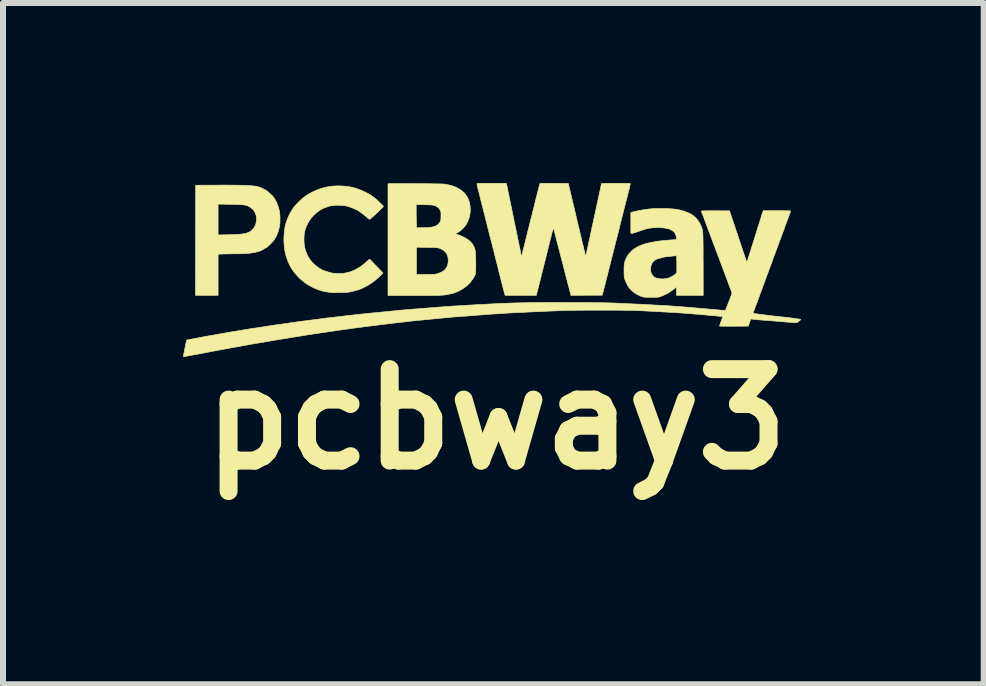
<source format=kicad_pcb>
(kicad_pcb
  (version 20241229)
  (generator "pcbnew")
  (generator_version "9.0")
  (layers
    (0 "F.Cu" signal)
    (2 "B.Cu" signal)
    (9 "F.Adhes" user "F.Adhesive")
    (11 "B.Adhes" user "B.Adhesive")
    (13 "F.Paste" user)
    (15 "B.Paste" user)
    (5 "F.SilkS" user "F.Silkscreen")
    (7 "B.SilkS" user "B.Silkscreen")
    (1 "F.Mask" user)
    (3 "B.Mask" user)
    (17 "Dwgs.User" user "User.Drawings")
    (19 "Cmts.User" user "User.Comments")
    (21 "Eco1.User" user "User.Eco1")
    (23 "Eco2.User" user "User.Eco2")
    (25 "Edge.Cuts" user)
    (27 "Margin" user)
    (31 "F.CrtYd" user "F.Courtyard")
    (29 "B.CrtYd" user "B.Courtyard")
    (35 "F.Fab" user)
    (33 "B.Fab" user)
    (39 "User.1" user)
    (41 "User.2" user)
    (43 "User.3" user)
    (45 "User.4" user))
  (footprint "pcbway3"
    (layer "F.Cu")
    (at 5.153 1.457)
    (property "Reference" "pcbway3" (at 0.07 2.48 0) (layer "F.SilkS") (effects (font (size 1.524 1.524) (thickness 0.3))))
    (attr through_hole)
    (fp_poly (pts (xy -4.43 -1.422) (xy -4.352 -1.421) (xy -4.282 -1.421) (xy -4.219 -1.42) (xy -4.162 -1.418) (xy -4.111 -1.417) (xy -4.066 -1.414) (xy -4.027 -1.412) (xy -3.992 -1.409) (xy -3.962 -1.406) (xy -3.936 -1.402) (xy -3.913 -1.398) (xy -3.894 -1.393) (xy -3.882 -1.389) (xy -3.861 -1.381) (xy -3.836 -1.37) (xy -3.809 -1.357) (xy -3.784 -1.344) (xy -3.774 -1.339) (xy -3.766 -1.333) (xy -3.753 -1.323) (xy -3.737 -1.31) (xy -3.72 -1.296) (xy -3.703 -1.28) (xy -3.686 -1.266) (xy -3.672 -1.252) (xy -3.661 -1.241) (xy -3.654 -1.234) (xy -3.653 -1.232) (xy -3.651 -1.227) (xy -3.644 -1.218) (xy -3.636 -1.208) (xy -3.62 -1.185) (xy -3.603 -1.154) (xy -3.587 -1.119) (xy -3.572 -1.079) (xy -3.559 -1.038) (xy -3.548 -0.997) (xy -3.548 -0.993) (xy -3.542 -0.96) (xy -3.538 -0.921) (xy -3.536 -0.88) (xy -3.536 -0.839) (xy -3.537 -0.801) (xy -3.539 -0.779) (xy -3.551 -0.707) (xy -3.569 -0.64) (xy -3.594 -0.577) (xy -3.626 -0.521) (xy -3.636 -0.506) (xy -3.646 -0.494) (xy -3.659 -0.479) (xy -3.675 -0.462) (xy -3.693 -0.443) (xy -3.711 -0.425) (xy -3.728 -0.409) (xy -3.742 -0.396) (xy -3.753 -0.388) (xy -3.757 -0.385) (xy -3.767 -0.379) (xy -3.781 -0.371) (xy -3.795 -0.362) (xy -3.821 -0.347) (xy -3.848 -0.333) (xy -3.877 -0.321) (xy -3.909 -0.312) (xy -3.946 -0.303) (xy -3.989 -0.295) (xy -4.034 -0.288) (xy -4.05 -0.285) (xy -4.066 -0.284) (xy -4.084 -0.282) (xy -4.104 -0.281) (xy -4.128 -0.28) (xy -4.156 -0.279) (xy -4.19 -0.278) (xy -4.23 -0.278) (xy -4.278 -0.277) (xy -4.282 -0.277) (xy -4.323 -0.277) (xy -4.364 -0.276) (xy -4.402 -0.275) (xy -4.438 -0.275) (xy -4.469 -0.274) (xy -4.494 -0.273) (xy -4.513 -0.273) (xy -4.52 -0.273) (xy -4.568 -0.27) (xy -4.568 0.415) (xy -4.945 0.415) (xy -4.943 -0.503) (xy -4.943 -0.591) (xy -4.568 -0.591) (xy -4.419 -0.594) (xy -4.381 -0.595) (xy -4.344 -0.596) (xy -4.309 -0.597) (xy -4.277 -0.598) (xy -4.249 -0.6) (xy -4.228 -0.601) (xy -4.219 -0.601) (xy -4.172 -0.606) (xy -4.132 -0.612) (xy -4.098 -0.62) (xy -4.07 -0.63) (xy -4.044 -0.642) (xy -4.021 -0.658) (xy -4.003 -0.674) (xy -3.989 -0.688) (xy -3.976 -0.702) (xy -3.968 -0.714) (xy -3.966 -0.717) (xy -3.959 -0.729) (xy -3.954 -0.739) (xy -3.952 -0.741) (xy -3.945 -0.754) (xy -3.939 -0.774) (xy -3.934 -0.799) (xy -3.93 -0.826) (xy -3.929 -0.853) (xy -3.929 -0.88) (xy -3.932 -0.904) (xy -3.933 -0.91) (xy -3.937 -0.924) (xy -3.944 -0.943) (xy -3.953 -0.963) (xy -3.957 -0.97) (xy -3.966 -0.988) (xy -3.975 -1.001) (xy -3.984 -1.012) (xy -3.997 -1.024) (xy -4.012 -1.037) (xy -4.028 -1.049) (xy -4.043 -1.06) (xy -4.058 -1.069) (xy -4.074 -1.076) (xy -4.092 -1.082) (xy -4.112 -1.087) (xy -4.136 -1.091) (xy -4.164 -1.094) (xy -4.197 -1.096) (xy -4.236 -1.098) (xy -4.281 -1.099) (xy -4.335 -1.101) (xy -4.335 -1.101) (xy -4.373 -1.102) (xy -4.41 -1.102) (xy -4.445 -1.103) (xy -4.475 -1.104) (xy -4.501 -1.104) (xy -4.521 -1.105) (xy -4.534 -1.105) (xy -4.535 -1.105) (xy -4.568 -1.105) (xy -4.568 -0.591) (xy -4.943 -0.591) (xy -4.942 -1.42) (xy -4.608 -1.421) (xy -4.515 -1.422) (xy -4.43 -1.422)) (stroke (width 0.01) (type solid)) (fill yes) (layer "F.SilkS"))
    (fp_poly (pts (xy -1.532 -1.448) (xy -1.485 -1.448) (xy -1.435 -1.447) (xy -1.383 -1.447) (xy -1.329 -1.447) (xy -1.274 -1.446) (xy -1.22 -1.446) (xy -1.166 -1.446) (xy -1.113 -1.445) (xy -1.062 -1.445) (xy -1.014 -1.444) (xy -0.969 -1.443) (xy -0.928 -1.443) (xy -0.892 -1.442) (xy -0.862 -1.442) (xy -0.837 -1.441) (xy -0.82 -1.44) (xy -0.809 -1.44) (xy -0.809 -1.44) (xy -0.735 -1.428) (xy -0.669 -1.411) (xy -0.609 -1.389) (xy -0.556 -1.362) (xy -0.508 -1.33) (xy -0.467 -1.292) (xy -0.459 -1.283) (xy -0.426 -1.24) (xy -0.4 -1.193) (xy -0.381 -1.141) (xy -0.369 -1.085) (xy -0.365 -1.025) (xy -0.365 -0.991) (xy -0.369 -0.947) (xy -0.375 -0.908) (xy -0.385 -0.871) (xy -0.4 -0.832) (xy -0.405 -0.82) (xy -0.426 -0.777) (xy -0.451 -0.74) (xy -0.482 -0.705) (xy -0.49 -0.697) (xy -0.51 -0.678) (xy -0.527 -0.663) (xy -0.544 -0.651) (xy -0.563 -0.639) (xy -0.579 -0.63) (xy -0.593 -0.622) (xy -0.604 -0.615) (xy -0.609 -0.61) (xy -0.61 -0.61) (xy -0.606 -0.607) (xy -0.596 -0.603) (xy -0.585 -0.599) (xy -0.545 -0.586) (xy -0.504 -0.569) (xy -0.465 -0.55) (xy -0.428 -0.529) (xy -0.396 -0.507) (xy -0.37 -0.486) (xy -0.356 -0.472) (xy -0.346 -0.459) (xy -0.335 -0.448) (xy -0.332 -0.444) (xy -0.326 -0.436) (xy -0.318 -0.422) (xy -0.309 -0.405) (xy -0.305 -0.397) (xy -0.297 -0.38) (xy -0.291 -0.363) (xy -0.286 -0.344) (xy -0.282 -0.323) (xy -0.279 -0.299) (xy -0.277 -0.271) (xy -0.275 -0.238) (xy -0.274 -0.199) (xy -0.273 -0.153) (xy -0.273 -0.11) (xy -0.273 -0.067) (xy -0.273 -0.03) (xy -0.274 -0.000441) (xy -0.276 0.024) (xy -0.278 0.045) (xy -0.281 0.062) (xy -0.286 0.078) (xy -0.292 0.093) (xy -0.301 0.108) (xy -0.311 0.125) (xy -0.323 0.144) (xy -0.326 0.147) (xy -0.365 0.2) (xy -0.411 0.247) (xy -0.463 0.288) (xy -0.522 0.325) (xy -0.534 0.331) (xy -0.569 0.349) (xy -0.601 0.363) (xy -0.631 0.375) (xy -0.664 0.384) (xy -0.702 0.393) (xy -0.703 0.393) (xy -0.722 0.397) (xy -0.74 0.401) (xy -0.758 0.404) (xy -0.775 0.407) (xy -0.793 0.409) (xy -0.812 0.411) (xy -0.832 0.413) (xy -0.855 0.414) (xy -0.881 0.416) (xy -0.91 0.417) (xy -0.943 0.417) (xy -0.981 0.418) (xy -1.023 0.418) (xy -1.072 0.419) (xy -1.127 0.419) (xy -1.188 0.419) (xy -1.257 0.419) (xy -1.312 0.419) (xy -1.736 0.419) (xy -1.736 0.068) (xy -1.262 0.068) (xy -1.119 0.068) (xy -1.072 0.067) (xy -1.033 0.067) (xy -1.002 0.066) (xy -0.977 0.065) (xy -0.958 0.064) (xy -0.944 0.062) (xy -0.91 0.054) (xy -0.876 0.042) (xy -0.844 0.027) (xy -0.816 0.011) (xy -0.793 -0.006) (xy -0.782 -0.018) (xy -0.761 -0.048) (xy -0.746 -0.078) (xy -0.737 -0.111) (xy -0.733 -0.148) (xy -0.732 -0.165) (xy -0.735 -0.209) (xy -0.744 -0.248) (xy -0.76 -0.281) (xy -0.782 -0.31) (xy -0.811 -0.334) (xy -0.841 -0.352) (xy -0.854 -0.359) (xy -0.865 -0.364) (xy -0.876 -0.369) (xy -0.888 -0.372) (xy -0.901 -0.375) (xy -0.917 -0.378) (xy -0.936 -0.379) (xy -0.959 -0.381) (xy -0.987 -0.382) (xy -1.022 -0.382) (xy -1.063 -0.383) (xy -1.088 -0.384) (xy -1.262 -0.387) (xy -1.262 0.068) (xy -1.736 0.068) (xy -1.736 -0.975) (xy -1.266 -0.975) (xy -1.266 -0.939) (xy -1.265 -0.902) (xy -1.265 -0.865) (xy -1.264 -0.831) (xy -1.264 -0.801) (xy -1.263 -0.782) (xy -1.26 -0.711) (xy -1.192 -0.711) (xy -1.162 -0.712) (xy -1.13 -0.713) (xy -1.097 -0.714) (xy -1.069 -0.715) (xy -1.065 -0.715) (xy -1.024 -0.719) (xy -0.99 -0.725) (xy -0.961 -0.733) (xy -0.935 -0.745) (xy -0.912 -0.759) (xy -0.893 -0.776) (xy -0.878 -0.793) (xy -0.866 -0.814) (xy -0.865 -0.817) (xy -0.86 -0.826) (xy -0.857 -0.835) (xy -0.855 -0.844) (xy -0.854 -0.856) (xy -0.854 -0.872) (xy -0.853 -0.894) (xy -0.853 -0.908) (xy -0.853 -0.934) (xy -0.853 -0.952) (xy -0.854 -0.966) (xy -0.856 -0.976) (xy -0.858 -0.984) (xy -0.862 -0.993) (xy -0.866 -1.001) (xy -0.884 -1.031) (xy -0.909 -1.054) (xy -0.934 -1.07) (xy -0.947 -1.076) (xy -0.959 -1.081) (xy -0.972 -1.085) (xy -0.987 -1.088) (xy -1.005 -1.09) (xy -1.027 -1.092) (xy -1.054 -1.093) (xy -1.088 -1.094) (xy -1.128 -1.095) (xy -1.136 -1.095) (xy -1.266 -1.098) (xy -1.266 -0.975) (xy -1.736 -0.975) (xy -1.736 -1.443) (xy -1.721 -1.446) (xy -1.713 -1.447) (xy -1.698 -1.447) (xy -1.676 -1.447) (xy -1.648 -1.447) (xy -1.614 -1.448) (xy -1.575 -1.448) (xy -1.532 -1.448)) (stroke (width 0.01) (type solid)) (fill yes) (layer "F.SilkS"))
    (fp_poly (pts (xy 2.826 -1.032) (xy 2.85 -1.032) (xy 2.909 -1.03) (xy 2.961 -1.028) (xy 3.006 -1.025) (xy 3.047 -1.021) (xy 3.083 -1.015) (xy 3.117 -1.009) (xy 3.145 -1.003) (xy 3.173 -0.995) (xy 3.204 -0.985) (xy 3.235 -0.974) (xy 3.265 -0.962) (xy 3.291 -0.951) (xy 3.311 -0.941) (xy 3.316 -0.938) (xy 3.364 -0.904) (xy 3.406 -0.863) (xy 3.442 -0.817) (xy 3.471 -0.767) (xy 3.492 -0.715) (xy 3.495 -0.705) (xy 3.498 -0.696) (xy 3.501 -0.688) (xy 3.503 -0.679) (xy 3.505 -0.67) (xy 3.507 -0.659) (xy 3.509 -0.647) (xy 3.51 -0.634) (xy 3.511 -0.617) (xy 3.512 -0.598) (xy 3.513 -0.575) (xy 3.514 -0.549) (xy 3.514 -0.518) (xy 3.515 -0.482) (xy 3.515 -0.441) (xy 3.516 -0.394) (xy 3.516 -0.34) (xy 3.516 -0.28) (xy 3.516 -0.212) (xy 3.517 -0.137) (xy 3.517 -0.105) (xy 3.518 0.415) (xy 3.073 0.415) (xy 3.073 0.376) (xy 3.072 0.354) (xy 3.071 0.331) (xy 3.07 0.312) (xy 3.07 0.308) (xy 3.067 0.28) (xy 3.031 0.309) (xy 2.985 0.344) (xy 2.941 0.373) (xy 2.896 0.397) (xy 2.848 0.419) (xy 2.81 0.433) (xy 2.771 0.447) (xy 2.654 0.448) (xy 2.62 0.448) (xy 2.592 0.448) (xy 2.571 0.448) (xy 2.554 0.447) (xy 2.541 0.446) (xy 2.531 0.445) (xy 2.521 0.443) (xy 2.511 0.441) (xy 2.503 0.438) (xy 2.456 0.421) (xy 2.408 0.397) (xy 2.379 0.379) (xy 2.363 0.367) (xy 2.343 0.351) (xy 2.323 0.331) (xy 2.303 0.312) (xy 2.286 0.293) (xy 2.278 0.283) (xy 2.269 0.27) (xy 2.259 0.251) (xy 2.247 0.229) (xy 2.235 0.204) (xy 2.224 0.181) (xy 2.215 0.159) (xy 2.211 0.148) (xy 2.208 0.136) (xy 2.205 0.125) (xy 2.202 0.114) (xy 2.201 0.101) (xy 2.2 0.086) (xy 2.199 0.065) (xy 2.198 0.039) (xy 2.198 0.018) (xy 2.198 -0.022) (xy 2.198 -0.024) (xy 2.641 -0.024) (xy 2.643 0.012) (xy 2.65 0.042) (xy 2.664 0.069) (xy 2.684 0.094) (xy 2.695 0.105) (xy 2.705 0.114) (xy 2.71 0.118) (xy 2.711 0.119) (xy 2.717 0.12) (xy 2.727 0.124) (xy 2.728 0.124) (xy 2.744 0.13) (xy 2.766 0.134) (xy 2.792 0.138) (xy 2.818 0.141) (xy 2.843 0.142) (xy 2.863 0.141) (xy 2.863 0.141) (xy 2.879 0.139) (xy 2.895 0.138) (xy 2.895 0.137) (xy 2.919 0.134) (xy 2.943 0.126) (xy 2.97 0.114) (xy 2.983 0.108) (xy 3.003 0.097) (xy 3.023 0.084) (xy 3.041 0.071) (xy 3.057 0.058) (xy 3.069 0.048) (xy 3.075 0.04) (xy 3.075 0.04) (xy 3.076 0.033) (xy 3.077 0.019) (xy 3.077 -0.000128) (xy 3.077 -0.024) (xy 3.078 -0.051) (xy 3.077 -0.08) (xy 3.077 -0.11) (xy 3.077 -0.139) (xy 3.076 -0.165) (xy 3.075 -0.189) (xy 3.075 -0.192) (xy 3.072 -0.246) (xy 3.044 -0.243) (xy 3.025 -0.241) (xy 3.002 -0.239) (xy 2.985 -0.236) (xy 2.966 -0.234) (xy 2.949 -0.232) (xy 2.936 -0.231) (xy 2.936 -0.231) (xy 2.92 -0.229) (xy 2.902 -0.227) (xy 2.883 -0.225) (xy 2.866 -0.222) (xy 2.853 -0.22) (xy 2.845 -0.218) (xy 2.845 -0.218) (xy 2.839 -0.216) (xy 2.827 -0.212) (xy 2.81 -0.207) (xy 2.792 -0.202) (xy 2.774 -0.197) (xy 2.761 -0.194) (xy 2.746 -0.189) (xy 2.73 -0.181) (xy 2.728 -0.18) (xy 2.718 -0.174) (xy 2.711 -0.171) (xy 2.709 -0.172) (xy 2.705 -0.171) (xy 2.705 -0.17) (xy 2.702 -0.164) (xy 2.695 -0.156) (xy 2.694 -0.156) (xy 2.672 -0.132) (xy 2.656 -0.103) (xy 2.646 -0.07) (xy 2.641 -0.031) (xy 2.641 -0.024) (xy 2.198 -0.024) (xy 2.198 -0.055) (xy 2.2 -0.083) (xy 2.203 -0.107) (xy 2.207 -0.129) (xy 2.213 -0.151) (xy 2.221 -0.173) (xy 2.224 -0.181) (xy 2.25 -0.233) (xy 2.283 -0.281) (xy 2.322 -0.323) (xy 2.357 -0.352) (xy 2.376 -0.365) (xy 2.401 -0.38) (xy 2.429 -0.395) (xy 2.457 -0.409) (xy 2.484 -0.421) (xy 2.501 -0.427) (xy 2.543 -0.441) (xy 2.593 -0.454) (xy 2.649 -0.467) (xy 2.71 -0.478) (xy 2.775 -0.488) (xy 2.843 -0.496) (xy 2.912 -0.503) (xy 2.98 -0.508) (xy 3.01 -0.51) (xy 3.034 -0.511) (xy 3.051 -0.513) (xy 3.062 -0.515) (xy 3.069 -0.518) (xy 3.072 -0.523) (xy 3.073 -0.529) (xy 3.073 -0.538) (xy 3.072 -0.546) (xy 3.068 -0.568) (xy 3.059 -0.593) (xy 3.048 -0.616) (xy 3.036 -0.636) (xy 3.028 -0.644) (xy 3.012 -0.657) (xy 2.992 -0.67) (xy 2.969 -0.682) (xy 2.949 -0.691) (xy 2.944 -0.692) (xy 2.911 -0.7) (xy 2.87 -0.707) (xy 2.826 -0.711) (xy 2.778 -0.713) (xy 2.731 -0.713) (xy 2.684 -0.711) (xy 2.64 -0.706) (xy 2.634 -0.706) (xy 2.616 -0.703) (xy 2.598 -0.699) (xy 2.579 -0.695) (xy 2.558 -0.689) (xy 2.535 -0.682) (xy 2.507 -0.673) (xy 2.474 -0.662) (xy 2.434 -0.648) (xy 2.416 -0.642) (xy 2.386 -0.632) (xy 2.361 -0.624) (xy 2.342 -0.62) (xy 2.33 -0.618) (xy 2.311 -0.618) (xy 2.311 -0.965) (xy 2.325 -0.969) (xy 2.339 -0.973) (xy 2.359 -0.978) (xy 2.385 -0.984) (xy 2.414 -0.99) (xy 2.444 -0.996) (xy 2.474 -1.002) (xy 2.503 -1.007) (xy 2.515 -1.009) (xy 2.568 -1.017) (xy 2.618 -1.024) (xy 2.667 -1.028) (xy 2.716 -1.031) (xy 2.769 -1.032) (xy 2.826 -1.032)) (stroke (width 0.01) (type solid)) (fill yes) (layer "F.SilkS"))
    (fp_poly (pts (xy -2.501 -1.407) (xy -2.479 -1.406) (xy -2.424 -1.4) (xy -2.373 -1.393) (xy -2.324 -1.383) (xy -2.276 -1.37) (xy -2.227 -1.353) (xy -2.177 -1.333) (xy -2.123 -1.308) (xy -2.064 -1.278) (xy -2.049 -1.27) (xy -2.028 -1.258) (xy -2.004 -1.241) (xy -1.977 -1.222) (xy -1.949 -1.2) (xy -1.929 -1.183) (xy -1.914 -1.17) (xy -1.897 -1.154) (xy -1.879 -1.136) (xy -1.861 -1.118) (xy -1.844 -1.102) (xy -1.83 -1.087) (xy -1.82 -1.075) (xy -1.814 -1.067) (xy -1.813 -1.065) (xy -1.815 -1.061) (xy -1.824 -1.052) (xy -1.836 -1.039) (xy -1.853 -1.023) (xy -1.872 -1.004) (xy -1.894 -0.983) (xy -1.917 -0.962) (xy -1.94 -0.94) (xy -1.962 -0.919) (xy -1.984 -0.9) (xy -2.003 -0.883) (xy -2.019 -0.869) (xy -2.032 -0.858) (xy -2.039 -0.853) (xy -2.041 -0.852) (xy -2.05 -0.854) (xy -2.063 -0.863) (xy -2.074 -0.873) (xy -2.109 -0.904) (xy -2.145 -0.933) (xy -2.181 -0.96) (xy -2.215 -0.984) (xy -2.246 -1.003) (xy -2.261 -1.011) (xy -2.288 -1.023) (xy -2.319 -1.037) (xy -2.351 -1.049) (xy -2.381 -1.06) (xy -2.408 -1.068) (xy -2.413 -1.07) (xy -2.453 -1.078) (xy -2.499 -1.083) (xy -2.548 -1.086) (xy -2.597 -1.086) (xy -2.644 -1.083) (xy -2.685 -1.077) (xy -2.715 -1.07) (xy -2.749 -1.059) (xy -2.783 -1.047) (xy -2.816 -1.033) (xy -2.845 -1.019) (xy -2.864 -1.008) (xy -2.924 -0.965) (xy -2.976 -0.917) (xy -3.022 -0.865) (xy -3.06 -0.809) (xy -3.09 -0.75) (xy -3.098 -0.732) (xy -3.11 -0.7) (xy -3.119 -0.672) (xy -3.126 -0.647) (xy -3.131 -0.622) (xy -3.133 -0.594) (xy -3.135 -0.562) (xy -3.136 -0.545) (xy -3.136 -0.489) (xy -3.133 -0.439) (xy -3.127 -0.394) (xy -3.117 -0.352) (xy -3.104 -0.312) (xy -3.095 -0.29) (xy -3.088 -0.276) (xy -3.084 -0.264) (xy -3.082 -0.258) (xy -3.082 -0.258) (xy -3.08 -0.252) (xy -3.074 -0.241) (xy -3.065 -0.226) (xy -3.054 -0.208) (xy -3.043 -0.191) (xy -3.032 -0.174) (xy -3.025 -0.165) (xy -3 -0.135) (xy -2.969 -0.105) (xy -2.933 -0.074) (xy -2.895 -0.046) (xy -2.856 -0.021) (xy -2.833 -0.009) (xy -2.816 -0.002) (xy -2.793 0.007) (xy -2.766 0.016) (xy -2.737 0.025) (xy -2.709 0.034) (xy -2.683 0.04) (xy -2.67 0.043) (xy -2.643 0.047) (xy -2.61 0.049) (xy -2.575 0.051) (xy -2.538 0.051) (xy -2.503 0.05) (xy -2.472 0.048) (xy -2.463 0.046) (xy -2.401 0.034) (xy -2.339 0.014) (xy -2.279 -0.013) (xy -2.231 -0.04) (xy -2.217 -0.049) (xy -2.206 -0.056) (xy -2.2 -0.059) (xy -2.199 -0.059) (xy -2.194 -0.062) (xy -2.185 -0.069) (xy -2.171 -0.08) (xy -2.155 -0.093) (xy -2.137 -0.107) (xy -2.119 -0.122) (xy -2.102 -0.137) (xy -2.088 -0.149) (xy -2.08 -0.157) (xy -2.066 -0.169) (xy -2.055 -0.179) (xy -2.046 -0.185) (xy -2.043 -0.186) (xy -2.038 -0.183) (xy -2.029 -0.175) (xy -2.017 -0.163) (xy -2.002 -0.148) (xy -1.997 -0.143) (xy -1.981 -0.126) (xy -1.962 -0.105) (xy -1.939 -0.082) (xy -1.915 -0.057) (xy -1.893 -0.034) (xy -1.888 -0.03) (xy -1.869 -0.01) (xy -1.852 0.009) (xy -1.837 0.024) (xy -1.827 0.036) (xy -1.821 0.043) (xy -1.82 0.045) (xy -1.823 0.049) (xy -1.832 0.058) (xy -1.844 0.07) (xy -1.859 0.084) (xy -1.864 0.089) (xy -1.892 0.115) (xy -1.916 0.135) (xy -1.935 0.152) (xy -1.953 0.167) (xy -1.969 0.18) (xy -1.987 0.192) (xy -2.006 0.206) (xy -2.028 0.221) (xy -2.044 0.231) (xy -2.061 0.242) (xy -2.082 0.254) (xy -2.107 0.267) (xy -2.132 0.28) (xy -2.158 0.293) (xy -2.182 0.304) (xy -2.203 0.313) (xy -2.218 0.319) (xy -2.225 0.321) (xy -2.235 0.324) (xy -2.252 0.328) (xy -2.272 0.334) (xy -2.293 0.34) (xy -2.323 0.348) (xy -2.35 0.355) (xy -2.377 0.36) (xy -2.405 0.364) (xy -2.436 0.367) (xy -2.471 0.369) (xy -2.512 0.37) (xy -2.544 0.37) (xy -2.575 0.371) (xy -2.604 0.371) (xy -2.629 0.371) (xy -2.65 0.371) (xy -2.664 0.37) (xy -2.671 0.37) (xy -2.732 0.362) (xy -2.786 0.353) (xy -2.836 0.341) (xy -2.883 0.327) (xy -2.928 0.31) (xy -2.975 0.29) (xy -3.025 0.265) (xy -3.035 0.259) (xy -3.091 0.226) (xy -3.146 0.186) (xy -3.199 0.14) (xy -3.249 0.09) (xy -3.294 0.037) (xy -3.334 -0.018) (xy -3.368 -0.074) (xy -3.395 -0.131) (xy -3.4 -0.141) (xy -3.417 -0.189) (xy -3.431 -0.231) (xy -3.443 -0.27) (xy -3.451 -0.307) (xy -3.458 -0.346) (xy -3.463 -0.389) (xy -3.465 -0.406) (xy -3.469 -0.451) (xy -3.471 -0.492) (xy -3.471 -0.531) (xy -3.469 -0.572) (xy -3.466 -0.618) (xy -3.465 -0.625) (xy -3.46 -0.669) (xy -3.455 -0.708) (xy -3.448 -0.744) (xy -3.439 -0.779) (xy -3.427 -0.817) (xy -3.412 -0.858) (xy -3.404 -0.878) (xy -3.39 -0.909) (xy -3.373 -0.944) (xy -3.352 -0.981) (xy -3.33 -1.016) (xy -3.308 -1.048) (xy -3.296 -1.064) (xy -3.285 -1.078) (xy -3.269 -1.095) (xy -3.251 -1.114) (xy -3.231 -1.135) (xy -3.212 -1.154) (xy -3.193 -1.172) (xy -3.178 -1.187) (xy -3.165 -1.197) (xy -3.161 -1.201) (xy -3.15 -1.209) (xy -3.14 -1.216) (xy -3.138 -1.218) (xy -3.119 -1.233) (xy -3.094 -1.251) (xy -3.064 -1.269) (xy -3.03 -1.288) (xy -2.993 -1.307) (xy -2.955 -1.325) (xy -2.918 -1.341) (xy -2.883 -1.355) (xy -2.879 -1.356) (xy -2.805 -1.379) (xy -2.733 -1.395) (xy -2.659 -1.405) (xy -2.582 -1.409) (xy -2.501 -1.407)) (stroke (width 0.01) (type solid)) (fill yes) (layer "F.SilkS"))
    (fp_poly (pts (xy 0.243 -1.423) (xy 0.246 -1.411) (xy 0.25 -1.392) (xy 0.255 -1.367) (xy 0.26 -1.34) (xy 0.266 -1.311) (xy 0.269 -1.298) (xy 0.275 -1.268) (xy 0.282 -1.232) (xy 0.291 -1.191) (xy 0.299 -1.149) (xy 0.308 -1.108) (xy 0.316 -1.068) (xy 0.318 -1.063) (xy 0.325 -1.029) (xy 0.331 -0.997) (xy 0.337 -0.968) (xy 0.342 -0.943) (xy 0.346 -0.923) (xy 0.349 -0.91) (xy 0.35 -0.906) (xy 0.351 -0.897) (xy 0.354 -0.881) (xy 0.359 -0.859) (xy 0.364 -0.833) (xy 0.37 -0.803) (xy 0.377 -0.771) (xy 0.379 -0.762) (xy 0.386 -0.729) (xy 0.393 -0.697) (xy 0.399 -0.668) (xy 0.404 -0.643) (xy 0.408 -0.623) (xy 0.411 -0.609) (xy 0.411 -0.607) (xy 0.413 -0.596) (xy 0.417 -0.577) (xy 0.422 -0.553) (xy 0.428 -0.524) (xy 0.434 -0.493) (xy 0.441 -0.46) (xy 0.443 -0.453) (xy 0.45 -0.42) (xy 0.456 -0.388) (xy 0.463 -0.358) (xy 0.468 -0.333) (xy 0.472 -0.312) (xy 0.474 -0.298) (xy 0.475 -0.296) (xy 0.478 -0.274) (xy 0.481 -0.258) (xy 0.483 -0.247) (xy 0.486 -0.243) (xy 0.489 -0.245) (xy 0.493 -0.254) (xy 0.498 -0.271) (xy 0.505 -0.294) (xy 0.513 -0.326) (xy 0.514 -0.332) (xy 0.523 -0.364) (xy 0.531 -0.397) (xy 0.539 -0.428) (xy 0.546 -0.456) (xy 0.552 -0.479) (xy 0.553 -0.487) (xy 0.559 -0.508) (xy 0.565 -0.535) (xy 0.573 -0.566) (xy 0.581 -0.597) (xy 0.588 -0.627) (xy 0.595 -0.656) (xy 0.604 -0.69) (xy 0.614 -0.729) (xy 0.624 -0.768) (xy 0.633 -0.807) (xy 0.639 -0.83) (xy 0.649 -0.867) (xy 0.659 -0.907) (xy 0.669 -0.948) (xy 0.679 -0.988) (xy 0.688 -1.023) (xy 0.693 -1.041) (xy 0.7 -1.072) (xy 0.708 -1.103) (xy 0.715 -1.132) (xy 0.721 -1.157) (xy 0.726 -1.177) (xy 0.727 -1.181) (xy 0.73 -1.195) (xy 0.735 -1.214) (xy 0.741 -1.239) (xy 0.748 -1.266) (xy 0.756 -1.296) (xy 0.763 -1.326) (xy 0.771 -1.355) (xy 0.778 -1.383) (xy 0.784 -1.407) (xy 0.789 -1.426) (xy 0.793 -1.44) (xy 0.794 -1.445) (xy 0.795 -1.446) (xy 0.797 -1.448) (xy 0.801 -1.449) (xy 0.807 -1.45) (xy 0.817 -1.45) (xy 0.83 -1.451) (xy 0.847 -1.451) (xy 0.87 -1.451) (xy 0.899 -1.451) (xy 0.933 -1.451) (xy 0.975 -1.451) (xy 1.025 -1.451) (xy 1.032 -1.451) (xy 1.268 -1.45) (xy 1.286 -1.376) (xy 1.294 -1.344) (xy 1.303 -1.304) (xy 1.314 -1.258) (xy 1.327 -1.205) (xy 1.34 -1.148) (xy 1.355 -1.086) (xy 1.371 -1.02) (xy 1.387 -0.951) (xy 1.399 -0.9) (xy 1.42 -0.809) (xy 1.44 -0.726) (xy 1.458 -0.651) (xy 1.474 -0.583) (xy 1.488 -0.523) (xy 1.501 -0.469) (xy 1.513 -0.422) (xy 1.523 -0.38) (xy 1.531 -0.345) (xy 1.539 -0.316) (xy 1.545 -0.291) (xy 1.55 -0.272) (xy 1.554 -0.257) (xy 1.557 -0.247) (xy 1.559 -0.241) (xy 1.561 -0.239) (xy 1.561 -0.24) (xy 1.563 -0.247) (xy 1.565 -0.261) (xy 1.57 -0.281) (xy 1.575 -0.306) (xy 1.582 -0.336) (xy 1.589 -0.368) (xy 1.594 -0.389) (xy 1.601 -0.425) (xy 1.609 -0.459) (xy 1.616 -0.492) (xy 1.623 -0.521) (xy 1.628 -0.545) (xy 1.632 -0.563) (xy 1.633 -0.569) (xy 1.636 -0.585) (xy 1.641 -0.608) (xy 1.647 -0.635) (xy 1.653 -0.666) (xy 1.66 -0.698) (xy 1.665 -0.722) (xy 1.673 -0.755) (xy 1.681 -0.794) (xy 1.69 -0.836) (xy 1.7 -0.881) (xy 1.71 -0.925) (xy 1.719 -0.966) (xy 1.721 -0.976) (xy 1.73 -1.018) (xy 1.74 -1.066) (xy 1.751 -1.117) (xy 1.762 -1.167) (xy 1.773 -1.215) (xy 1.782 -1.257) (xy 1.782 -1.259) (xy 1.79 -1.294) (xy 1.797 -1.326) (xy 1.803 -1.356) (xy 1.809 -1.382) (xy 1.813 -1.402) (xy 1.816 -1.416) (xy 1.816 -1.421) (xy 1.819 -1.434) (xy 1.821 -1.444) (xy 1.822 -1.448) (xy 1.827 -1.449) (xy 1.839 -1.45) (xy 1.858 -1.45) (xy 1.885 -1.451) (xy 1.92 -1.451) (xy 1.964 -1.452) (xy 2.015 -1.452) (xy 2.062 -1.452) (xy 2.113 -1.452) (xy 2.156 -1.452) (xy 2.192 -1.452) (xy 2.222 -1.452) (xy 2.246 -1.451) (xy 2.264 -1.451) (xy 2.278 -1.45) (xy 2.288 -1.45) (xy 2.295 -1.449) (xy 2.299 -1.447) (xy 2.301 -1.446) (xy 2.302 -1.445) (xy 2.301 -1.439) (xy 2.299 -1.426) (xy 2.295 -1.408) (xy 2.29 -1.385) (xy 2.284 -1.359) (xy 2.281 -1.347) (xy 2.268 -1.298) (xy 2.256 -1.249) (xy 2.244 -1.202) (xy 2.232 -1.157) (xy 2.222 -1.116) (xy 2.213 -1.08) (xy 2.205 -1.051) (xy 2.203 -1.041) (xy 2.199 -1.025) (xy 2.193 -1.003) (xy 2.186 -0.975) (xy 2.178 -0.944) (xy 2.17 -0.911) (xy 2.161 -0.878) (xy 2.161 -0.876) (xy 2.153 -0.845) (xy 2.145 -0.817) (xy 2.139 -0.792) (xy 2.134 -0.772) (xy 2.131 -0.758) (xy 2.129 -0.75) (xy 2.129 -0.749) (xy 2.128 -0.744) (xy 2.125 -0.731) (xy 2.121 -0.712) (xy 2.115 -0.689) (xy 2.108 -0.661) (xy 2.1 -0.631) (xy 2.098 -0.622) (xy 2.082 -0.559) (xy 2.065 -0.497) (xy 2.05 -0.435) (xy 2.035 -0.378) (xy 2.022 -0.325) (xy 2.013 -0.288) (xy 2.008 -0.268) (xy 2.001 -0.239) (xy 1.991 -0.203) (xy 1.98 -0.159) (xy 1.967 -0.106) (xy 1.951 -0.045) (xy 1.934 0.023) (xy 1.915 0.1) (xy 1.907 0.128) (xy 1.899 0.163) (xy 1.889 0.199) (xy 1.881 0.234) (xy 1.873 0.266) (xy 1.866 0.293) (xy 1.86 0.314) (xy 1.86 0.314) (xy 1.854 0.338) (xy 1.849 0.36) (xy 1.844 0.379) (xy 1.84 0.392) (xy 1.839 0.395) (xy 1.834 0.413) (xy 1.573 0.414) (xy 1.313 0.415) (xy 1.31 0.403) (xy 1.308 0.396) (xy 1.305 0.382) (xy 1.3 0.362) (xy 1.293 0.338) (xy 1.286 0.309) (xy 1.278 0.279) (xy 1.276 0.273) (xy 1.257 0.2) (xy 1.24 0.134) (xy 1.225 0.077) (xy 1.212 0.028) (xy 1.202 -0.013) (xy 1.193 -0.047) (xy 1.186 -0.073) (xy 1.182 -0.091) (xy 1.179 -0.102) (xy 1.179 -0.104) (xy 1.177 -0.111) (xy 1.173 -0.126) (xy 1.168 -0.146) (xy 1.162 -0.17) (xy 1.154 -0.198) (xy 1.147 -0.224) (xy 1.139 -0.254) (xy 1.132 -0.282) (xy 1.126 -0.306) (xy 1.121 -0.326) (xy 1.117 -0.34) (xy 1.115 -0.347) (xy 1.114 -0.355) (xy 1.11 -0.37) (xy 1.104 -0.391) (xy 1.098 -0.416) (xy 1.09 -0.443) (xy 1.084 -0.468) (xy 1.076 -0.498) (xy 1.068 -0.526) (xy 1.062 -0.55) (xy 1.057 -0.57) (xy 1.053 -0.584) (xy 1.052 -0.591) (xy 1.049 -0.603) (xy 1.045 -0.62) (xy 1.04 -0.639) (xy 1.035 -0.658) (xy 1.03 -0.676) (xy 1.025 -0.691) (xy 1.022 -0.701) (xy 1.02 -0.704) (xy 1.018 -0.701) (xy 1.015 -0.692) (xy 1.01 -0.677) (xy 1.005 -0.657) (xy 1.002 -0.647) (xy 0.996 -0.624) (xy 0.989 -0.595) (xy 0.981 -0.563) (xy 0.973 -0.529) (xy 0.964 -0.497) (xy 0.963 -0.491) (xy 0.955 -0.461) (xy 0.948 -0.432) (xy 0.941 -0.405) (xy 0.935 -0.382) (xy 0.931 -0.364) (xy 0.93 -0.36) (xy 0.927 -0.346) (xy 0.922 -0.326) (xy 0.916 -0.3) (xy 0.908 -0.271) (xy 0.9 -0.239) (xy 0.892 -0.206) (xy 0.891 -0.201) (xy 0.881 -0.162) (xy 0.87 -0.118) (xy 0.858 -0.071) (xy 0.846 -0.024) (xy 0.835 0.02) (xy 0.828 0.049) (xy 0.818 0.09) (xy 0.807 0.133) (xy 0.796 0.178) (xy 0.785 0.222) (xy 0.774 0.265) (xy 0.764 0.305) (xy 0.755 0.34) (xy 0.747 0.37) (xy 0.742 0.391) (xy 0.736 0.415) (xy 0.216 0.415) (xy 0.206 0.382) (xy 0.202 0.367) (xy 0.196 0.345) (xy 0.189 0.32) (xy 0.182 0.293) (xy 0.178 0.277) (xy 0.172 0.252) (xy 0.164 0.222) (xy 0.155 0.187) (xy 0.146 0.15) (xy 0.137 0.115) (xy 0.131 0.093) (xy 0.123 0.063) (xy 0.116 0.035) (xy 0.11 0.009) (xy 0.105 -0.011) (xy 0.101 -0.026) (xy 0.1 -0.034) (xy 0.098 -0.042) (xy 0.094 -0.057) (xy 0.089 -0.078) (xy 0.083 -0.102) (xy 0.075 -0.13) (xy 0.07 -0.152) (xy 0.062 -0.183) (xy 0.054 -0.213) (xy 0.047 -0.241) (xy 0.041 -0.265) (xy 0.036 -0.284) (xy 0.035 -0.292) (xy 0.033 -0.301) (xy 0.03 -0.311) (xy 0.027 -0.323) (xy 0.024 -0.338) (xy 0.019 -0.356) (xy 0.013 -0.378) (xy 0.007 -0.405) (xy -0.001 -0.436) (xy -0.011 -0.473) (xy -0.022 -0.516) (xy -0.035 -0.565) (xy -0.05 -0.622) (xy -0.062 -0.669) (xy -0.07 -0.7) (xy -0.077 -0.728) (xy -0.083 -0.753) (xy -0.088 -0.773) (xy -0.091 -0.787) (xy -0.093 -0.795) (xy -0.093 -0.795) (xy -0.094 -0.801) (xy -0.097 -0.813) (xy -0.102 -0.832) (xy -0.108 -0.855) (xy -0.115 -0.883) (xy -0.122 -0.913) (xy -0.124 -0.92) (xy -0.135 -0.963) (xy -0.146 -1.003) (xy -0.156 -1.041) (xy -0.165 -1.079) (xy -0.175 -1.119) (xy -0.186 -1.16) (xy -0.197 -1.205) (xy -0.209 -1.255) (xy -0.223 -1.31) (xy -0.238 -1.368) (xy -0.243 -1.392) (xy -0.248 -1.413) (xy -0.251 -1.43) (xy -0.253 -1.441) (xy -0.253 -1.445) (xy -0.251 -1.447) (xy -0.248 -1.448) (xy -0.243 -1.449) (xy -0.235 -1.45) (xy -0.223 -1.451) (xy -0.206 -1.451) (xy -0.185 -1.451) (xy -0.158 -1.452) (xy -0.126 -1.452) (xy -0.086 -1.452) (xy -0.039 -1.452) (xy -0.007 -1.452) (xy 0.236 -1.452) (xy 0.243 -1.423)) (stroke (width 0.01) (type solid)) (fill yes) (layer "F.SilkS"))
    (fp_poly (pts (xy 4.798 -0.995) (xy 4.842 -0.995) (xy 4.878 -0.994) (xy 4.908 -0.994) (xy 4.931 -0.994) (xy 4.949 -0.993) (xy 4.962 -0.992) (xy 4.97 -0.991) (xy 4.974 -0.99) (xy 4.974 -0.99) (xy 4.974 -0.988) (xy 4.973 -0.984) (xy 4.971 -0.978) (xy 4.968 -0.968) (xy 4.963 -0.956) (xy 4.957 -0.939) (xy 4.949 -0.917) (xy 4.939 -0.89) (xy 4.927 -0.856) (xy 4.912 -0.816) (xy 4.894 -0.769) (xy 4.894 -0.768) (xy 4.884 -0.743) (xy 4.875 -0.718) (xy 4.868 -0.696) (xy 4.862 -0.679) (xy 4.858 -0.669) (xy 4.854 -0.657) (xy 4.847 -0.639) (xy 4.839 -0.617) (xy 4.83 -0.593) (xy 4.826 -0.582) (xy 4.806 -0.529) (xy 4.789 -0.484) (xy 4.774 -0.444) (xy 4.761 -0.408) (xy 4.749 -0.376) (xy 4.739 -0.347) (xy 4.737 -0.343) (xy 4.727 -0.316) (xy 4.716 -0.285) (xy 4.704 -0.255) (xy 4.695 -0.231) (xy 4.687 -0.211) (xy 4.681 -0.193) (xy 4.676 -0.18) (xy 4.674 -0.172) (xy 4.674 -0.171) (xy 4.672 -0.166) (xy 4.668 -0.154) (xy 4.662 -0.137) (xy 4.654 -0.115) (xy 4.645 -0.091) (xy 4.644 -0.088) (xy 4.634 -0.062) (xy 4.624 -0.036) (xy 4.615 -0.013) (xy 4.608 0.007) (xy 4.604 0.019) (xy 4.598 0.036) (xy 4.59 0.057) (xy 4.581 0.08) (xy 4.576 0.093) (xy 4.567 0.116) (xy 4.558 0.141) (xy 4.55 0.163) (xy 4.547 0.174) (xy 4.541 0.191) (xy 4.532 0.214) (xy 4.523 0.239) (xy 4.513 0.264) (xy 4.511 0.27) (xy 4.502 0.295) (xy 4.492 0.319) (xy 4.484 0.342) (xy 4.478 0.359) (xy 4.477 0.363) (xy 4.471 0.379) (xy 4.463 0.4) (xy 4.454 0.425) (xy 4.445 0.449) (xy 4.443 0.455) (xy 4.424 0.507) (xy 4.407 0.551) (xy 4.393 0.589) (xy 4.381 0.62) (xy 4.372 0.646) (xy 4.364 0.667) (xy 4.358 0.683) (xy 4.354 0.695) (xy 4.352 0.704) (xy 4.35 0.71) (xy 4.35 0.714) (xy 4.35 0.715) (xy 4.351 0.716) (xy 4.355 0.717) (xy 4.367 0.718) (xy 4.386 0.721) (xy 4.41 0.724) (xy 4.439 0.728) (xy 4.472 0.732) (xy 4.507 0.737) (xy 4.545 0.742) (xy 4.583 0.746) (xy 4.622 0.751) (xy 4.659 0.756) (xy 4.695 0.76) (xy 4.728 0.764) (xy 4.757 0.767) (xy 4.781 0.77) (xy 4.8 0.772) (xy 4.809 0.773) (xy 4.833 0.775) (xy 4.861 0.778) (xy 4.892 0.781) (xy 4.926 0.785) (xy 4.96 0.79) (xy 4.994 0.794) (xy 5.027 0.798) (xy 5.058 0.803) (xy 5.085 0.807) (xy 5.109 0.81) (xy 5.126 0.813) (xy 5.137 0.816) (xy 5.141 0.817) (xy 5.142 0.819) (xy 5.142 0.821) (xy 5.139 0.825) (xy 5.132 0.831) (xy 5.12 0.84) (xy 5.106 0.851) (xy 5.09 0.863) (xy 5.077 0.87) (xy 5.067 0.872) (xy 5.065 0.872) (xy 5.058 0.872) (xy 5.044 0.871) (xy 5.023 0.869) (xy 4.996 0.867) (xy 4.963 0.865) (xy 4.927 0.862) (xy 4.887 0.859) (xy 4.844 0.855) (xy 4.823 0.853) (xy 4.776 0.85) (xy 4.729 0.846) (xy 4.682 0.842) (xy 4.637 0.838) (xy 4.596 0.835) (xy 4.558 0.832) (xy 4.527 0.83) (xy 4.503 0.828) (xy 4.5 0.828) (xy 4.469 0.825) (xy 4.437 0.823) (xy 4.407 0.82) (xy 4.381 0.818) (xy 4.361 0.816) (xy 4.358 0.815) (xy 4.311 0.81) (xy 4.303 0.832) (xy 4.298 0.846) (xy 4.291 0.864) (xy 4.285 0.884) (xy 4.282 0.891) (xy 4.269 0.929) (xy 4.032 0.93) (xy 3.988 0.93) (xy 3.947 0.93) (xy 3.909 0.93) (xy 3.875 0.93) (xy 3.845 0.93) (xy 3.822 0.929) (xy 3.804 0.929) (xy 3.794 0.928) (xy 3.792 0.928) (xy 3.792 0.923) (xy 3.794 0.911) (xy 3.8 0.893) (xy 3.809 0.867) (xy 3.822 0.834) (xy 3.831 0.809) (xy 3.838 0.793) (xy 3.841 0.78) (xy 3.842 0.772) (xy 3.841 0.771) (xy 3.836 0.77) (xy 3.824 0.768) (xy 3.804 0.766) (xy 3.778 0.763) (xy 3.746 0.76) (xy 3.709 0.756) (xy 3.668 0.753) (xy 3.624 0.749) (xy 3.577 0.744) (xy 3.528 0.74) (xy 3.477 0.736) (xy 3.426 0.731) (xy 3.375 0.727) (xy 3.325 0.723) (xy 3.276 0.719) (xy 3.229 0.715) (xy 3.185 0.712) (xy 3.145 0.709) (xy 3.109 0.707) (xy 3.078 0.705) (xy 3.053 0.703) (xy 3.05 0.703) (xy 3.024 0.701) (xy 2.991 0.7) (xy 2.953 0.698) (xy 2.913 0.695) (xy 2.873 0.693) (xy 2.834 0.691) (xy 2.828 0.69) (xy 2.773 0.687) (xy 2.72 0.684) (xy 2.669 0.681) (xy 2.618 0.679) (xy 2.565 0.676) (xy 2.509 0.673) (xy 2.447 0.671) (xy 2.378 0.668) (xy 2.377 0.668) (xy 2.348 0.667) (xy 2.31 0.666) (xy 2.266 0.665) (xy 2.216 0.665) (xy 2.161 0.664) (xy 2.101 0.663) (xy 2.038 0.663) (xy 1.971 0.663) (xy 1.903 0.663) (xy 1.833 0.663) (xy 1.763 0.663) (xy 1.693 0.663) (xy 1.625 0.663) (xy 1.558 0.663) (xy 1.494 0.664) (xy 1.434 0.664) (xy 1.378 0.665) (xy 1.327 0.665) (xy 1.281 0.666) (xy 1.243 0.667) (xy 1.217 0.668) (xy 1.065 0.674) (xy 0.913 0.68) (xy 0.765 0.687) (xy 0.622 0.693) (xy 0.607 0.694) (xy 0.568 0.696) (xy 0.528 0.698) (xy 0.489 0.7) (xy 0.453 0.702) (xy 0.421 0.703) (xy 0.395 0.704) (xy 0.377 0.705) (xy 0.352 0.706) (xy 0.32 0.708) (xy 0.281 0.71) (xy 0.237 0.713) (xy 0.188 0.716) (xy 0.137 0.719) (xy 0.082 0.723) (xy 0.027 0.726) (xy -0.029 0.73) (xy -0.085 0.734) (xy -0.138 0.738) (xy -0.189 0.742) (xy -0.231 0.745) (xy -0.271 0.748) (xy -0.313 0.752) (xy -0.355 0.755) (xy -0.395 0.758) (xy -0.43 0.761) (xy -0.461 0.763) (xy -0.478 0.764) (xy -0.511 0.766) (xy -0.541 0.769) (xy -0.569 0.771) (xy -0.596 0.773) (xy -0.623 0.775) (xy -0.651 0.777) (xy -0.681 0.78) (xy -0.713 0.783) (xy -0.75 0.786) (xy -0.791 0.79) (xy -0.837 0.795) (xy -0.891 0.8) (xy -0.951 0.806) (xy -0.957 0.806) (xy -1.006 0.811) (xy -1.054 0.816) (xy -1.099 0.82) (xy -1.142 0.824) (xy -1.18 0.828) (xy -1.214 0.831) (xy -1.242 0.834) (xy -1.264 0.836) (xy -1.278 0.838) (xy -1.281 0.838) (xy -1.298 0.84) (xy -1.322 0.842) (xy -1.353 0.846) (xy -1.39 0.85) (xy -1.431 0.854) (xy -1.476 0.86) (xy -1.524 0.865) (xy -1.574 0.871) (xy -1.625 0.877) (xy -1.676 0.883) (xy -1.726 0.889) (xy -1.774 0.895) (xy -1.819 0.9) (xy -1.861 0.905) (xy -1.898 0.91) (xy -1.93 0.914) (xy -1.933 0.914) (xy -1.999 0.923) (xy -2.058 0.93) (xy -2.111 0.937) (xy -2.158 0.943) (xy -2.2 0.949) (xy -2.239 0.954) (xy -2.276 0.959) (xy -2.311 0.963) (xy -2.345 0.968) (xy -2.38 0.973) (xy -2.415 0.978) (xy -2.454 0.983) (xy -2.495 0.989) (xy -2.525 0.993) (xy -2.621 1.007) (xy -2.718 1.021) (xy -2.815 1.035) (xy -2.912 1.05) (xy -3.006 1.064) (xy -3.097 1.078) (xy -3.183 1.092) (xy -3.263 1.105) (xy -3.319 1.114) (xy -3.356 1.12) (xy -3.393 1.126) (xy -3.428 1.132) (xy -3.459 1.137) (xy -3.485 1.141) (xy -3.506 1.144) (xy -3.518 1.146) (xy -3.532 1.148) (xy -3.553 1.152) (xy -3.58 1.156) (xy -3.612 1.161) (xy -3.648 1.168) (xy -3.686 1.174) (xy -3.725 1.181) (xy -3.74 1.184) (xy -3.778 1.19) (xy -3.814 1.197) (xy -3.846 1.202) (xy -3.874 1.207) (xy -3.897 1.211) (xy -3.914 1.213) (xy -3.925 1.215) (xy -3.927 1.215) (xy -3.933 1.216) (xy -3.946 1.218) (xy -3.966 1.221) (xy -3.991 1.226) (xy -4.021 1.231) (xy -4.054 1.237) (xy -4.089 1.244) (xy -4.094 1.245) (xy -4.131 1.252) (xy -4.167 1.258) (xy -4.2 1.264) (xy -4.229 1.27) (xy -4.254 1.274) (xy -4.273 1.277) (xy -4.284 1.279) (xy -4.284 1.279) (xy -4.296 1.281) (xy -4.315 1.284) (xy -4.339 1.288) (xy -4.368 1.294) (xy -4.401 1.3) (xy -4.436 1.307) (xy -4.466 1.312) (xy -4.502 1.319) (xy -4.535 1.325) (xy -4.566 1.331) (xy -4.593 1.336) (xy -4.615 1.34) (xy -4.63 1.343) (xy -4.638 1.344) (xy -4.647 1.345) (xy -4.663 1.348) (xy -4.686 1.353) (xy -4.713 1.358) (xy -4.743 1.364) (xy -4.776 1.37) (xy -4.794 1.374) (xy -4.829 1.381) (xy -4.864 1.388) (xy -4.896 1.394) (xy -4.925 1.399) (xy -4.949 1.404) (xy -4.967 1.407) (xy -4.972 1.408) (xy -4.992 1.411) (xy -5.018 1.416) (xy -5.046 1.421) (xy -5.073 1.426) (xy -5.078 1.427) (xy -5.104 1.432) (xy -5.122 1.435) (xy -5.134 1.438) (xy -5.142 1.438) (xy -5.146 1.438) (xy -5.148 1.437) (xy -5.148 1.434) (xy -5.148 1.433) (xy -5.147 1.426) (xy -5.144 1.413) (xy -5.141 1.395) (xy -5.136 1.373) (xy -5.131 1.349) (xy -5.126 1.323) (xy -5.121 1.299) (xy -5.117 1.278) (xy -5.114 1.263) (xy -5.112 1.254) (xy -5.11 1.242) (xy -5.107 1.225) (xy -5.102 1.205) (xy -5.101 1.198) (xy -5.092 1.16) (xy -5.076 1.157) (xy -5.069 1.156) (xy -5.054 1.153) (xy -5.033 1.149) (xy -5.006 1.144) (xy -4.976 1.138) (xy -4.943 1.132) (xy -4.911 1.126) (xy -4.873 1.119) (xy -4.836 1.112) (xy -4.801 1.105) (xy -4.769 1.099) (xy -4.741 1.094) (xy -4.719 1.09) (xy -4.707 1.088) (xy -4.69 1.086) (xy -4.666 1.081) (xy -4.636 1.076) (xy -4.603 1.07) (xy -4.567 1.064) (xy -4.531 1.057) (xy -4.517 1.055) (xy -4.483 1.049) (xy -4.45 1.043) (xy -4.421 1.038) (xy -4.395 1.033) (xy -4.375 1.03) (xy -4.361 1.027) (xy -4.356 1.027) (xy -4.347 1.025) (xy -4.33 1.023) (xy -4.307 1.019) (xy -4.279 1.015) (xy -4.247 1.009) (xy -4.213 1.003) (xy -4.176 0.997) (xy -4.174 0.997) (xy -4.136 0.99) (xy -4.099 0.984) (xy -4.063 0.978) (xy -4.031 0.973) (xy -4.003 0.969) (xy -3.981 0.965) (xy -3.967 0.963) (xy -3.95 0.961) (xy -3.927 0.958) (xy -3.899 0.953) (xy -3.866 0.948) (xy -3.831 0.943) (xy -3.794 0.937) (xy -3.774 0.934) (xy -3.737 0.928) (xy -3.7 0.922) (xy -3.665 0.917) (xy -3.633 0.912) (xy -3.605 0.908) (xy -3.583 0.905) (xy -3.575 0.904) (xy -3.557 0.902) (xy -3.532 0.898) (xy -3.502 0.894) (xy -3.468 0.889) (xy -3.432 0.884) (xy -3.395 0.879) (xy -3.378 0.876) (xy -3.339 0.87) (xy -3.298 0.865) (xy -3.257 0.859) (xy -3.218 0.854) (xy -3.183 0.849) (xy -3.154 0.845) (xy -3.147 0.844) (xy -3.123 0.841) (xy -3.091 0.837) (xy -3.054 0.832) (xy -3.014 0.827) (xy -2.971 0.822) (xy -2.928 0.816) (xy -2.886 0.811) (xy -2.885 0.81) (xy -2.844 0.805) (xy -2.801 0.8) (xy -2.76 0.794) (xy -2.72 0.79) (xy -2.684 0.785) (xy -2.654 0.782) (xy -2.63 0.779) (xy -2.629 0.779) (xy -2.605 0.776) (xy -2.574 0.773) (xy -2.538 0.768) (xy -2.498 0.764) (xy -2.457 0.759) (xy -2.416 0.754) (xy -2.388 0.751) (xy -2.332 0.745) (xy -2.274 0.738) (xy -2.216 0.732) (xy -2.159 0.726) (xy -2.104 0.72) (xy -2.052 0.715) (xy -2.005 0.71) (xy -1.964 0.706) (xy -1.933 0.703) (xy -1.917 0.702) (xy -1.895 0.699) (xy -1.866 0.697) (xy -1.833 0.693) (xy -1.796 0.69) (xy -1.756 0.686) (xy -1.716 0.682) (xy -1.695 0.68) (xy -1.659 0.676) (xy -1.626 0.673) (xy -1.595 0.67) (xy -1.565 0.667) (xy -1.536 0.664) (xy -1.506 0.661) (xy -1.476 0.659) (xy -1.443 0.656) (xy -1.407 0.653) (xy -1.367 0.65) (xy -1.323 0.646) (xy -1.274 0.642) (xy -1.219 0.638) (xy -1.156 0.633) (xy -1.105 0.629) (xy -1.032 0.623) (xy -0.966 0.618) (xy -0.907 0.613) (xy -0.852 0.609) (xy -0.802 0.605) (xy -0.755 0.602) (xy -0.709 0.598) (xy -0.665 0.595) (xy -0.62 0.593) (xy -0.573 0.59) (xy -0.525 0.587) (xy -0.472 0.584) (xy -0.415 0.58) (xy -0.353 0.577) (xy -0.283 0.573) (xy -0.25 0.571) (xy -0.167 0.567) (xy -0.093 0.563) (xy -0.024 0.559) (xy 0.038 0.556) (xy 0.095 0.553) (xy 0.149 0.551) (xy 0.199 0.549) (xy 0.247 0.547) (xy 0.293 0.545) (xy 0.339 0.544) (xy 0.385 0.542) (xy 0.433 0.541) (xy 0.482 0.54) (xy 0.535 0.539) (xy 0.591 0.538) (xy 0.62 0.537) (xy 0.665 0.536) (xy 0.715 0.536) (xy 0.771 0.535) (xy 0.833 0.535) (xy 0.898 0.535) (xy 0.967 0.534) (xy 1.038 0.534) (xy 1.112 0.534) (xy 1.187 0.534) (xy 1.262 0.535) (xy 1.338 0.535) (xy 1.412 0.535) (xy 1.486 0.535) (xy 1.557 0.536) (xy 1.625 0.536) (xy 1.689 0.537) (xy 1.75 0.538) (xy 1.805 0.538) (xy 1.855 0.539) (xy 1.898 0.54) (xy 1.934 0.541) (xy 1.96 0.542) (xy 2.033 0.544) (xy 2.107 0.547) (xy 2.18 0.551) (xy 2.251 0.554) (xy 2.319 0.557) (xy 2.382 0.56) (xy 2.439 0.562) (xy 2.489 0.565) (xy 2.493 0.565) (xy 2.53 0.567) (xy 2.569 0.569) (xy 2.608 0.571) (xy 2.644 0.573) (xy 2.676 0.575) (xy 2.692 0.576) (xy 2.746 0.579) (xy 2.793 0.581) (xy 2.834 0.583) (xy 2.87 0.586) (xy 2.903 0.587) (xy 2.934 0.589) (xy 2.964 0.591) (xy 2.995 0.594) (xy 3.027 0.596) (xy 3.063 0.599) (xy 3.097 0.601) (xy 3.173 0.607) (xy 3.256 0.614) (xy 3.344 0.621) (xy 3.435 0.629) (xy 3.527 0.637) (xy 3.618 0.645) (xy 3.706 0.653) (xy 3.744 0.656) (xy 3.778 0.659) (xy 3.808 0.662) (xy 3.835 0.664) (xy 3.858 0.665) (xy 3.874 0.666) (xy 3.884 0.666) (xy 3.886 0.666) (xy 3.889 0.66) (xy 3.894 0.649) (xy 3.9 0.635) (xy 3.9 0.635) (xy 3.905 0.622) (xy 3.912 0.603) (xy 3.922 0.58) (xy 3.931 0.555) (xy 3.939 0.536) (xy 3.953 0.499) (xy 3.966 0.466) (xy 3.977 0.437) (xy 3.986 0.412) (xy 3.992 0.393) (xy 3.996 0.381) (xy 3.996 0.377) (xy 3.996 0.373) (xy 3.994 0.366) (xy 3.991 0.356) (xy 3.985 0.342) (xy 3.978 0.322) (xy 3.968 0.297) (xy 3.956 0.265) (xy 3.949 0.246) (xy 3.939 0.222) (xy 3.931 0.198) (xy 3.923 0.178) (xy 3.918 0.162) (xy 3.916 0.157) (xy 3.912 0.145) (xy 3.905 0.127) (xy 3.897 0.105) (xy 3.888 0.081) (xy 3.881 0.064) (xy 3.872 0.04) (xy 3.863 0.019) (xy 3.857 0.001) (xy 3.852 -0.012) (xy 3.85 -0.017) (xy 3.848 -0.024) (xy 3.843 -0.038) (xy 3.836 -0.056) (xy 3.827 -0.079) (xy 3.818 -0.104) (xy 3.816 -0.109) (xy 3.807 -0.133) (xy 3.798 -0.155) (xy 3.791 -0.173) (xy 3.787 -0.186) (xy 3.785 -0.192) (xy 3.785 -0.193) (xy 3.783 -0.197) (xy 3.779 -0.209) (xy 3.773 -0.226) (xy 3.765 -0.247) (xy 3.755 -0.271) (xy 3.753 -0.277) (xy 3.743 -0.302) (xy 3.735 -0.324) (xy 3.728 -0.342) (xy 3.723 -0.355) (xy 3.721 -0.361) (xy 3.721 -0.362) (xy 3.72 -0.367) (xy 3.716 -0.378) (xy 3.709 -0.394) (xy 3.702 -0.414) (xy 3.697 -0.425) (xy 3.687 -0.45) (xy 3.677 -0.476) (xy 3.668 -0.501) (xy 3.661 -0.522) (xy 3.66 -0.525) (xy 3.652 -0.545) (xy 3.645 -0.565) (xy 3.639 -0.581) (xy 3.637 -0.586) (xy 3.632 -0.599) (xy 3.625 -0.617) (xy 3.618 -0.638) (xy 3.612 -0.652) (xy 3.603 -0.674) (xy 3.594 -0.699) (xy 3.584 -0.727) (xy 3.571 -0.76) (xy 3.557 -0.799) (xy 3.549 -0.821) (xy 3.543 -0.836) (xy 3.538 -0.849) (xy 3.535 -0.856) (xy 3.531 -0.866) (xy 3.531 -0.87) (xy 3.529 -0.879) (xy 3.525 -0.89) (xy 3.525 -0.89) (xy 3.511 -0.922) (xy 3.501 -0.947) (xy 3.494 -0.965) (xy 3.491 -0.978) (xy 3.49 -0.987) (xy 3.491 -0.991) (xy 3.496 -0.992) (xy 3.509 -0.992) (xy 3.529 -0.993) (xy 3.556 -0.993) (xy 3.589 -0.994) (xy 3.627 -0.994) (xy 3.67 -0.994) (xy 3.717 -0.994) (xy 3.726 -0.994) (xy 3.956 -0.993) (xy 3.966 -0.961) (xy 3.971 -0.945) (xy 3.979 -0.923) (xy 3.987 -0.899) (xy 3.995 -0.875) (xy 3.997 -0.87) (xy 4.005 -0.845) (xy 4.016 -0.814) (xy 4.028 -0.779) (xy 4.041 -0.741) (xy 4.054 -0.7) (xy 4.068 -0.658) (xy 4.083 -0.615) (xy 4.097 -0.573) (xy 4.11 -0.533) (xy 4.123 -0.494) (xy 4.135 -0.459) (xy 4.145 -0.429) (xy 4.153 -0.403) (xy 4.16 -0.384) (xy 4.163 -0.373) (xy 4.17 -0.351) (xy 4.179 -0.325) (xy 4.188 -0.297) (xy 4.197 -0.271) (xy 4.198 -0.269) (xy 4.207 -0.244) (xy 4.216 -0.218) (xy 4.224 -0.194) (xy 4.23 -0.175) (xy 4.231 -0.173) (xy 4.236 -0.156) (xy 4.24 -0.144) (xy 4.243 -0.136) (xy 4.244 -0.135) (xy 4.246 -0.139) (xy 4.249 -0.15) (xy 4.255 -0.166) (xy 4.262 -0.186) (xy 4.269 -0.208) (xy 4.275 -0.226) (xy 4.28 -0.243) (xy 4.286 -0.262) (xy 4.293 -0.282) (xy 4.3 -0.305) (xy 4.308 -0.331) (xy 4.317 -0.361) (xy 4.328 -0.395) (xy 4.341 -0.435) (xy 4.356 -0.482) (xy 4.373 -0.535) (xy 4.379 -0.557) (xy 4.388 -0.584) (xy 4.397 -0.613) (xy 4.405 -0.64) (xy 4.412 -0.662) (xy 4.416 -0.675) (xy 4.421 -0.694) (xy 4.429 -0.718) (xy 4.437 -0.745) (xy 4.447 -0.773) (xy 4.453 -0.794) (xy 4.462 -0.819) (xy 4.469 -0.843) (xy 4.476 -0.864) (xy 4.481 -0.88) (xy 4.483 -0.889) (xy 4.486 -0.901) (xy 4.492 -0.919) (xy 4.498 -0.939) (xy 4.503 -0.951) (xy 4.518 -0.995) (xy 4.746 -0.995) (xy 4.798 -0.995)) (stroke (width 0.01) (type solid)) (fill yes) (layer "F.SilkS")))
  (gr_rect
    (start -3 -3)
    (end 13.346 8.355)
    (stroke (width 0.1) (type default))
    (fill no)
    (layer "Edge.Cuts")))
</source>
